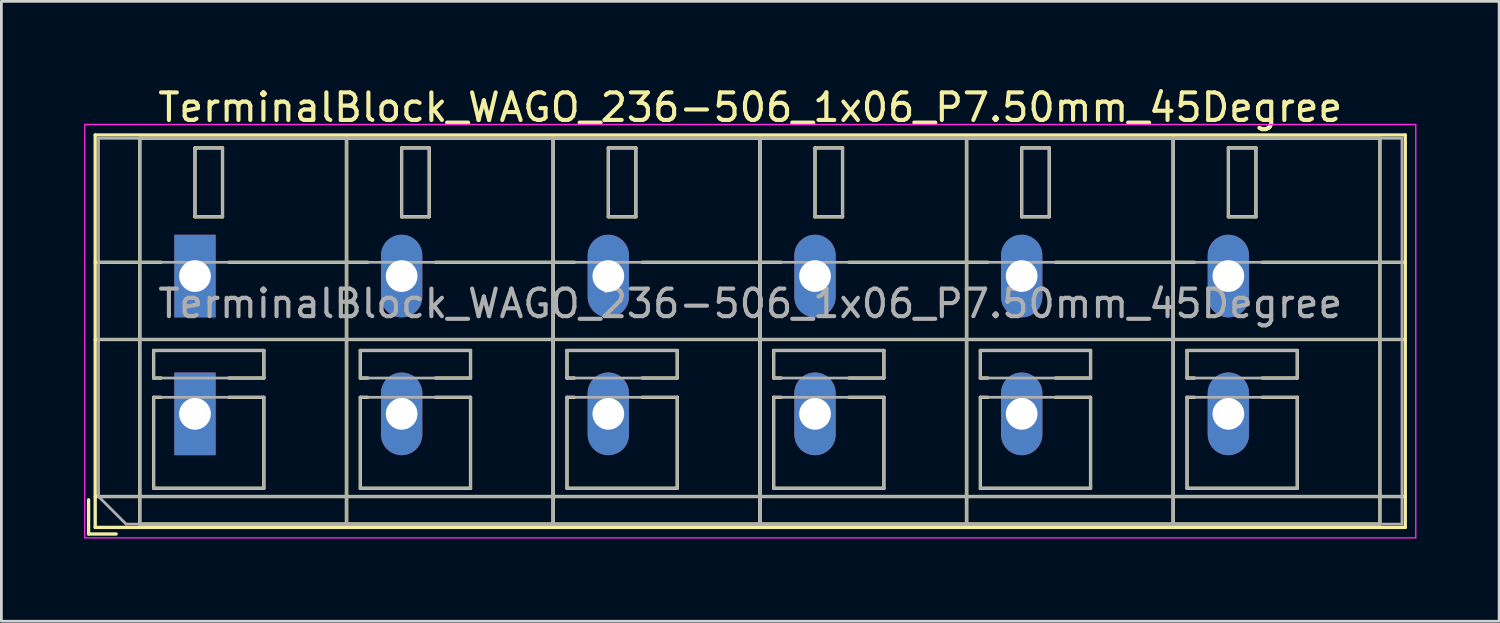
<source format=kicad_pcb>
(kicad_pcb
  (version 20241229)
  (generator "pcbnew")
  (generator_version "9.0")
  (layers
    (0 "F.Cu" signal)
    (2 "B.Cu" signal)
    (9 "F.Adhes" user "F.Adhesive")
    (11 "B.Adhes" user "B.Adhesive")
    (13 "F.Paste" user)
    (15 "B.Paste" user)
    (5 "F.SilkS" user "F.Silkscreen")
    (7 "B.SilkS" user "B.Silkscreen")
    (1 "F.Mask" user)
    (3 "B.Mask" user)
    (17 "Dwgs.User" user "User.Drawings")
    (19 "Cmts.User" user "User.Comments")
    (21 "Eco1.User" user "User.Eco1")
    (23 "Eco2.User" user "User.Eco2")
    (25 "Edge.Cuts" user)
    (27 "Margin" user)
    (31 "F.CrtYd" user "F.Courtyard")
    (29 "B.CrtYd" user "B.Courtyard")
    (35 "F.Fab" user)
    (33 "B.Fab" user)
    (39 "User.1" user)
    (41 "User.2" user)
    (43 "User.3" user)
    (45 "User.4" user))
  (footprint "TerminalBlock_WAGO_236-506_1x06_P7.50mm_45Degree"
    (layer "F.Cu")
    (at 4.025 6.968)
    (property "Reference" "TerminalBlock_WAGO_236-506_1x06_P7.50mm_45Degree" (at 20.15 -6.12 0) (layer "F.SilkS") (effects (font (size 1 1) (thickness 0.15))))
    (attr through_hole)
    (fp_line (start -3.86 8.12) (end -3.86 9.36) (stroke (width 0.12) (type solid)) (layer "F.SilkS"))
    (fp_line (start -3.86 9.36) (end -2.86 9.36) (stroke (width 0.12) (type solid)) (layer "F.SilkS"))
    (fp_line (start -3.62 -5.12) (end -3.62 9.12) (stroke (width 0.12) (type solid)) (layer "F.SilkS"))
    (fp_line (start -3.62 -5.12) (end 43.92 -5.12) (stroke (width 0.12) (type solid)) (layer "F.SilkS"))
    (fp_line (start -3.62 -0.5) (end -1.23 -0.5) (stroke (width 0.12) (type solid)) (layer "F.SilkS"))
    (fp_line (start -3.62 2.3) (end 43.92 2.3) (stroke (width 0.12) (type solid)) (layer "F.SilkS"))
    (fp_line (start -3.62 8) (end 43.92 8) (stroke (width 0.12) (type solid)) (layer "F.SilkS"))
    (fp_line (start -3.62 9.12) (end 43.92 9.12) (stroke (width 0.12) (type solid)) (layer "F.SilkS"))
    (fp_line (start -2 -5) (end -2 9) (stroke (width 0.12) (type solid)) (layer "F.SilkS"))
    (fp_line (start -2 -5) (end 5.5 -5) (stroke (width 0.12) (type solid)) (layer "F.SilkS"))
    (fp_line (start -2 9) (end 5.5 9) (stroke (width 0.12) (type solid)) (layer "F.SilkS"))
    (fp_line (start -1.5 2.7) (end -1.5 3.7) (stroke (width 0.12) (type solid)) (layer "F.SilkS"))
    (fp_line (start -1.5 2.7) (end 2.5 2.7) (stroke (width 0.12) (type solid)) (layer "F.SilkS"))
    (fp_line (start -1.5 3.7) (end -1.23 3.7) (stroke (width 0.12) (type solid)) (layer "F.SilkS"))
    (fp_line (start -1.5 4.4) (end -1.5 7.7) (stroke (width 0.12) (type solid)) (layer "F.SilkS"))
    (fp_line (start -1.5 4.4) (end -1.23 4.4) (stroke (width 0.12) (type solid)) (layer "F.SilkS"))
    (fp_line (start -1.5 7.7) (end 2.5 7.7) (stroke (width 0.12) (type solid)) (layer "F.SilkS"))
    (fp_line (start 0 -4.65) (end 0 -2.151) (stroke (width 0.12) (type solid)) (layer "F.SilkS"))
    (fp_line (start 0 -4.65) (end 1 -4.65) (stroke (width 0.12) (type solid)) (layer "F.SilkS"))
    (fp_line (start 0 -2.151) (end 1 -2.151) (stroke (width 0.12) (type solid)) (layer "F.SilkS"))
    (fp_line (start 1 -4.65) (end 1 -2.151) (stroke (width 0.12) (type solid)) (layer "F.SilkS"))
    (fp_line (start 1.23 -0.5) (end 6.27 -0.5) (stroke (width 0.12) (type solid)) (layer "F.SilkS"))
    (fp_line (start 1.23 3.7) (end 2.5 3.7) (stroke (width 0.12) (type solid)) (layer "F.SilkS"))
    (fp_line (start 1.23 4.4) (end 2.5 4.4) (stroke (width 0.12) (type solid)) (layer "F.SilkS"))
    (fp_line (start 2.5 2.7) (end 2.5 3.7) (stroke (width 0.12) (type solid)) (layer "F.SilkS"))
    (fp_line (start 2.5 4.4) (end 2.5 7.7) (stroke (width 0.12) (type solid)) (layer "F.SilkS"))
    (fp_line (start 5.5 -5) (end 5.5 9) (stroke (width 0.12) (type solid)) (layer "F.SilkS"))
    (fp_line (start 5.5 -5) (end 5.5 9) (stroke (width 0.12) (type solid)) (layer "F.SilkS"))
    (fp_line (start 5.5 -5) (end 13 -5) (stroke (width 0.12) (type solid)) (layer "F.SilkS"))
    (fp_line (start 5.5 9) (end 13 9) (stroke (width 0.12) (type solid)) (layer "F.SilkS"))
    (fp_line (start 6 2.7) (end 6 3.7) (stroke (width 0.12) (type solid)) (layer "F.SilkS"))
    (fp_line (start 6 2.7) (end 10 2.7) (stroke (width 0.12) (type solid)) (layer "F.SilkS"))
    (fp_line (start 6 3.7) (end 6.27 3.7) (stroke (width 0.12) (type solid)) (layer "F.SilkS"))
    (fp_line (start 6 4.4) (end 6 7.7) (stroke (width 0.12) (type solid)) (layer "F.SilkS"))
    (fp_line (start 6 4.4) (end 6.27 4.4) (stroke (width 0.12) (type solid)) (layer "F.SilkS"))
    (fp_line (start 6 7.7) (end 10 7.7) (stroke (width 0.12) (type solid)) (layer "F.SilkS"))
    (fp_line (start 7.5 -4.65) (end 7.5 -2.151) (stroke (width 0.12) (type solid)) (layer "F.SilkS"))
    (fp_line (start 7.5 -4.65) (end 8.5 -4.65) (stroke (width 0.12) (type solid)) (layer "F.SilkS"))
    (fp_line (start 7.5 -2.151) (end 8.5 -2.151) (stroke (width 0.12) (type solid)) (layer "F.SilkS"))
    (fp_line (start 8.5 -4.65) (end 8.5 -2.151) (stroke (width 0.12) (type solid)) (layer "F.SilkS"))
    (fp_line (start 8.73 -0.5) (end 13.77 -0.5) (stroke (width 0.12) (type solid)) (layer "F.SilkS"))
    (fp_line (start 8.73 3.7) (end 10 3.7) (stroke (width 0.12) (type solid)) (layer "F.SilkS"))
    (fp_line (start 8.73 4.4) (end 10 4.4) (stroke (width 0.12) (type solid)) (layer "F.SilkS"))
    (fp_line (start 10 2.7) (end 10 3.7) (stroke (width 0.12) (type solid)) (layer "F.SilkS"))
    (fp_line (start 10 4.4) (end 10 7.7) (stroke (width 0.12) (type solid)) (layer "F.SilkS"))
    (fp_line (start 13 -5) (end 13 9) (stroke (width 0.12) (type solid)) (layer "F.SilkS"))
    (fp_line (start 13 -5) (end 13 9) (stroke (width 0.12) (type solid)) (layer "F.SilkS"))
    (fp_line (start 13 -5) (end 20.5 -5) (stroke (width 0.12) (type solid)) (layer "F.SilkS"))
    (fp_line (start 13 9) (end 20.5 9) (stroke (width 0.12) (type solid)) (layer "F.SilkS"))
    (fp_line (start 13.5 2.7) (end 13.5 3.7) (stroke (width 0.12) (type solid)) (layer "F.SilkS"))
    (fp_line (start 13.5 2.7) (end 17.5 2.7) (stroke (width 0.12) (type solid)) (layer "F.SilkS"))
    (fp_line (start 13.5 3.7) (end 13.77 3.7) (stroke (width 0.12) (type solid)) (layer "F.SilkS"))
    (fp_line (start 13.5 4.4) (end 13.5 7.7) (stroke (width 0.12) (type solid)) (layer "F.SilkS"))
    (fp_line (start 13.5 4.4) (end 13.77 4.4) (stroke (width 0.12) (type solid)) (layer "F.SilkS"))
    (fp_line (start 13.5 7.7) (end 17.5 7.7) (stroke (width 0.12) (type solid)) (layer "F.SilkS"))
    (fp_line (start 15 -4.65) (end 15 -2.151) (stroke (width 0.12) (type solid)) (layer "F.SilkS"))
    (fp_line (start 15 -4.65) (end 16 -4.65) (stroke (width 0.12) (type solid)) (layer "F.SilkS"))
    (fp_line (start 15 -2.151) (end 16 -2.151) (stroke (width 0.12) (type solid)) (layer "F.SilkS"))
    (fp_line (start 16 -4.65) (end 16 -2.151) (stroke (width 0.12) (type solid)) (layer "F.SilkS"))
    (fp_line (start 16.23 -0.5) (end 21.27 -0.5) (stroke (width 0.12) (type solid)) (layer "F.SilkS"))
    (fp_line (start 16.23 3.7) (end 17.5 3.7) (stroke (width 0.12) (type solid)) (layer "F.SilkS"))
    (fp_line (start 16.23 4.4) (end 17.5 4.4) (stroke (width 0.12) (type solid)) (layer "F.SilkS"))
    (fp_line (start 17.5 2.7) (end 17.5 3.7) (stroke (width 0.12) (type solid)) (layer "F.SilkS"))
    (fp_line (start 17.5 4.4) (end 17.5 7.7) (stroke (width 0.12) (type solid)) (layer "F.SilkS"))
    (fp_line (start 20.5 -5) (end 20.5 9) (stroke (width 0.12) (type solid)) (layer "F.SilkS"))
    (fp_line (start 20.5 -5) (end 20.5 9) (stroke (width 0.12) (type solid)) (layer "F.SilkS"))
    (fp_line (start 20.5 -5) (end 28 -5) (stroke (width 0.12) (type solid)) (layer "F.SilkS"))
    (fp_line (start 20.5 9) (end 28 9) (stroke (width 0.12) (type solid)) (layer "F.SilkS"))
    (fp_line (start 21 2.7) (end 21 3.7) (stroke (width 0.12) (type solid)) (layer "F.SilkS"))
    (fp_line (start 21 2.7) (end 25 2.7) (stroke (width 0.12) (type solid)) (layer "F.SilkS"))
    (fp_line (start 21 3.7) (end 21.27 3.7) (stroke (width 0.12) (type solid)) (layer "F.SilkS"))
    (fp_line (start 21 4.4) (end 21 7.7) (stroke (width 0.12) (type solid)) (layer "F.SilkS"))
    (fp_line (start 21 4.4) (end 21.27 4.4) (stroke (width 0.12) (type solid)) (layer "F.SilkS"))
    (fp_line (start 21 7.7) (end 25 7.7) (stroke (width 0.12) (type solid)) (layer "F.SilkS"))
    (fp_line (start 22.5 -4.65) (end 22.5 -2.151) (stroke (width 0.12) (type solid)) (layer "F.SilkS"))
    (fp_line (start 22.5 -4.65) (end 23.5 -4.65) (stroke (width 0.12) (type solid)) (layer "F.SilkS"))
    (fp_line (start 22.5 -2.151) (end 23.5 -2.151) (stroke (width 0.12) (type solid)) (layer "F.SilkS"))
    (fp_line (start 23.5 -4.65) (end 23.5 -2.151) (stroke (width 0.12) (type solid)) (layer "F.SilkS"))
    (fp_line (start 23.73 -0.5) (end 28.77 -0.5) (stroke (width 0.12) (type solid)) (layer "F.SilkS"))
    (fp_line (start 23.73 3.7) (end 25 3.7) (stroke (width 0.12) (type solid)) (layer "F.SilkS"))
    (fp_line (start 23.73 4.4) (end 25 4.4) (stroke (width 0.12) (type solid)) (layer "F.SilkS"))
    (fp_line (start 25 2.7) (end 25 3.7) (stroke (width 0.12) (type solid)) (layer "F.SilkS"))
    (fp_line (start 25 4.4) (end 25 7.7) (stroke (width 0.12) (type solid)) (layer "F.SilkS"))
    (fp_line (start 28 -5) (end 28 9) (stroke (width 0.12) (type solid)) (layer "F.SilkS"))
    (fp_line (start 28 -5) (end 28 9) (stroke (width 0.12) (type solid)) (layer "F.SilkS"))
    (fp_line (start 28 -5) (end 35.5 -5) (stroke (width 0.12) (type solid)) (layer "F.SilkS"))
    (fp_line (start 28 9) (end 35.5 9) (stroke (width 0.12) (type solid)) (layer "F.SilkS"))
    (fp_line (start 28.5 2.7) (end 28.5 3.7) (stroke (width 0.12) (type solid)) (layer "F.SilkS"))
    (fp_line (start 28.5 2.7) (end 32.5 2.7) (stroke (width 0.12) (type solid)) (layer "F.SilkS"))
    (fp_line (start 28.5 3.7) (end 28.77 3.7) (stroke (width 0.12) (type solid)) (layer "F.SilkS"))
    (fp_line (start 28.5 4.4) (end 28.5 7.7) (stroke (width 0.12) (type solid)) (layer "F.SilkS"))
    (fp_line (start 28.5 4.4) (end 28.77 4.4) (stroke (width 0.12) (type solid)) (layer "F.SilkS"))
    (fp_line (start 28.5 7.7) (end 32.5 7.7) (stroke (width 0.12) (type solid)) (layer "F.SilkS"))
    (fp_line (start 30 -4.65) (end 30 -2.151) (stroke (width 0.12) (type solid)) (layer "F.SilkS"))
    (fp_line (start 30 -4.65) (end 31 -4.65) (stroke (width 0.12) (type solid)) (layer "F.SilkS"))
    (fp_line (start 30 -2.151) (end 31 -2.151) (stroke (width 0.12) (type solid)) (layer "F.SilkS"))
    (fp_line (start 31 -4.65) (end 31 -2.151) (stroke (width 0.12) (type solid)) (layer "F.SilkS"))
    (fp_line (start 31.23 -0.5) (end 36.27 -0.5) (stroke (width 0.12) (type solid)) (layer "F.SilkS"))
    (fp_line (start 31.23 3.7) (end 32.5 3.7) (stroke (width 0.12) (type solid)) (layer "F.SilkS"))
    (fp_line (start 31.23 4.4) (end 32.5 4.4) (stroke (width 0.12) (type solid)) (layer "F.SilkS"))
    (fp_line (start 32.5 2.7) (end 32.5 3.7) (stroke (width 0.12) (type solid)) (layer "F.SilkS"))
    (fp_line (start 32.5 4.4) (end 32.5 7.7) (stroke (width 0.12) (type solid)) (layer "F.SilkS"))
    (fp_line (start 35.5 -5) (end 35.5 9) (stroke (width 0.12) (type solid)) (layer "F.SilkS"))
    (fp_line (start 35.5 -5) (end 35.5 9) (stroke (width 0.12) (type solid)) (layer "F.SilkS"))
    (fp_line (start 35.5 -5) (end 43 -5) (stroke (width 0.12) (type solid)) (layer "F.SilkS"))
    (fp_line (start 35.5 9) (end 43 9) (stroke (width 0.12) (type solid)) (layer "F.SilkS"))
    (fp_line (start 36 2.7) (end 36 3.7) (stroke (width 0.12) (type solid)) (layer "F.SilkS"))
    (fp_line (start 36 2.7) (end 40 2.7) (stroke (width 0.12) (type solid)) (layer "F.SilkS"))
    (fp_line (start 36 3.7) (end 36.27 3.7) (stroke (width 0.12) (type solid)) (layer "F.SilkS"))
    (fp_line (start 36 4.4) (end 36 7.7) (stroke (width 0.12) (type solid)) (layer "F.SilkS"))
    (fp_line (start 36 4.4) (end 36.27 4.4) (stroke (width 0.12) (type solid)) (layer "F.SilkS"))
    (fp_line (start 36 7.7) (end 40 7.7) (stroke (width 0.12) (type solid)) (layer "F.SilkS"))
    (fp_line (start 37.5 -4.65) (end 37.5 -2.151) (stroke (width 0.12) (type solid)) (layer "F.SilkS"))
    (fp_line (start 37.5 -4.65) (end 38.5 -4.65) (stroke (width 0.12) (type solid)) (layer "F.SilkS"))
    (fp_line (start 37.5 -2.151) (end 38.5 -2.151) (stroke (width 0.12) (type solid)) (layer "F.SilkS"))
    (fp_line (start 38.5 -4.65) (end 38.5 -2.151) (stroke (width 0.12) (type solid)) (layer "F.SilkS"))
    (fp_line (start 38.73 -0.5) (end 43.92 -0.5) (stroke (width 0.12) (type solid)) (layer "F.SilkS"))
    (fp_line (start 38.73 3.7) (end 40 3.7) (stroke (width 0.12) (type solid)) (layer "F.SilkS"))
    (fp_line (start 38.73 4.4) (end 40 4.4) (stroke (width 0.12) (type solid)) (layer "F.SilkS"))
    (fp_line (start 40 2.7) (end 40 3.7) (stroke (width 0.12) (type solid)) (layer "F.SilkS"))
    (fp_line (start 40 4.4) (end 40 7.7) (stroke (width 0.12) (type solid)) (layer "F.SilkS"))
    (fp_line (start 43 -5) (end 43 9) (stroke (width 0.12) (type solid)) (layer "F.SilkS"))
    (fp_line (start 43.92 -5.12) (end 43.92 9.12) (stroke (width 0.12) (type solid)) (layer "F.SilkS"))
    (fp_line (start -4 -5.5) (end -4 9.5) (stroke (width 0.05) (type solid)) (layer "F.CrtYd"))
    (fp_line (start -4 9.5) (end 44.3 9.5) (stroke (width 0.05) (type solid)) (layer "F.CrtYd"))
    (fp_line (start 44.3 -5.5) (end -4 -5.5) (stroke (width 0.05) (type solid)) (layer "F.CrtYd"))
    (fp_line (start 44.3 9.5) (end 44.3 -5.5) (stroke (width 0.05) (type solid)) (layer "F.CrtYd"))
    (fp_line (start -3.5 -5) (end 43.8 -5) (stroke (width 0.1) (type solid)) (layer "F.Fab"))
    (fp_line (start -3.5 -0.5) (end 43.8 -0.5) (stroke (width 0.1) (type solid)) (layer "F.Fab"))
    (fp_line (start -3.5 2.3) (end 43.8 2.3) (stroke (width 0.1) (type solid)) (layer "F.Fab"))
    (fp_line (start -3.5 8) (end -3.5 -5) (stroke (width 0.1) (type solid)) (layer "F.Fab"))
    (fp_line (start -3.5 8) (end 43.8 8) (stroke (width 0.1) (type solid)) (layer "F.Fab"))
    (fp_line (start -2.5 9) (end -3.5 8) (stroke (width 0.1) (type solid)) (layer "F.Fab"))
    (fp_line (start -2 -5) (end -2 9) (stroke (width 0.1) (type solid)) (layer "F.Fab"))
    (fp_line (start -2 9) (end 5.5 9) (stroke (width 0.1) (type solid)) (layer "F.Fab"))
    (fp_line (start -1.5 2.7) (end -1.5 3.7) (stroke (width 0.1) (type solid)) (layer "F.Fab"))
    (fp_line (start -1.5 3.7) (end 2.5 3.7) (stroke (width 0.1) (type solid)) (layer "F.Fab"))
    (fp_line (start -1.5 4.4) (end -1.5 7.7) (stroke (width 0.1) (type solid)) (layer "F.Fab"))
    (fp_line (start -1.5 7.7) (end 2.5 7.7) (stroke (width 0.1) (type solid)) (layer "F.Fab"))
    (fp_line (start 0 -4.65) (end 0 -2.15) (stroke (width 0.1) (type solid)) (layer "F.Fab"))
    (fp_line (start 0 -2.15) (end 1 -2.15) (stroke (width 0.1) (type solid)) (layer "F.Fab"))
    (fp_line (start 1 -4.65) (end 0 -4.65) (stroke (width 0.1) (type solid)) (layer "F.Fab"))
    (fp_line (start 1 -2.15) (end 1 -4.65) (stroke (width 0.1) (type solid)) (layer "F.Fab"))
    (fp_line (start 2.5 2.7) (end -1.5 2.7) (stroke (width 0.1) (type solid)) (layer "F.Fab"))
    (fp_line (start 2.5 3.7) (end 2.5 2.7) (stroke (width 0.1) (type solid)) (layer "F.Fab"))
    (fp_line (start 2.5 4.4) (end -1.5 4.4) (stroke (width 0.1) (type solid)) (layer "F.Fab"))
    (fp_line (start 2.5 7.7) (end 2.5 4.4) (stroke (width 0.1) (type solid)) (layer "F.Fab"))
    (fp_line (start 5.5 -5) (end -2 -5) (stroke (width 0.1) (type solid)) (layer "F.Fab"))
    (fp_line (start 5.5 -5) (end 5.5 9) (stroke (width 0.1) (type solid)) (layer "F.Fab"))
    (fp_line (start 5.5 9) (end 5.5 -5) (stroke (width 0.1) (type solid)) (layer "F.Fab"))
    (fp_line (start 5.5 9) (end 13 9) (stroke (width 0.1) (type solid)) (layer "F.Fab"))
    (fp_line (start 6 2.7) (end 6 3.7) (stroke (width 0.1) (type solid)) (layer "F.Fab"))
    (fp_line (start 6 3.7) (end 10 3.7) (stroke (width 0.1) (type solid)) (layer "F.Fab"))
    (fp_line (start 6 4.4) (end 6 7.7) (stroke (width 0.1) (type solid)) (layer "F.Fab"))
    (fp_line (start 6 7.7) (end 10 7.7) (stroke (width 0.1) (type solid)) (layer "F.Fab"))
    (fp_line (start 7.5 -4.65) (end 7.5 -2.15) (stroke (width 0.1) (type solid)) (layer "F.Fab"))
    (fp_line (start 7.5 -2.15) (end 8.5 -2.15) (stroke (width 0.1) (type solid)) (layer "F.Fab"))
    (fp_line (start 8.5 -4.65) (end 7.5 -4.65) (stroke (width 0.1) (type solid)) (layer "F.Fab"))
    (fp_line (start 8.5 -2.15) (end 8.5 -4.65) (stroke (width 0.1) (type solid)) (layer "F.Fab"))
    (fp_line (start 10 2.7) (end 6 2.7) (stroke (width 0.1) (type solid)) (layer "F.Fab"))
    (fp_line (start 10 3.7) (end 10 2.7) (stroke (width 0.1) (type solid)) (layer "F.Fab"))
    (fp_line (start 10 4.4) (end 6 4.4) (stroke (width 0.1) (type solid)) (layer "F.Fab"))
    (fp_line (start 10 7.7) (end 10 4.4) (stroke (width 0.1) (type solid)) (layer "F.Fab"))
    (fp_line (start 13 -5) (end 5.5 -5) (stroke (width 0.1) (type solid)) (layer "F.Fab"))
    (fp_line (start 13 -5) (end 13 9) (stroke (width 0.1) (type solid)) (layer "F.Fab"))
    (fp_line (start 13 9) (end 13 -5) (stroke (width 0.1) (type solid)) (layer "F.Fab"))
    (fp_line (start 13 9) (end 20.5 9) (stroke (width 0.1) (type solid)) (layer "F.Fab"))
    (fp_line (start 13.5 2.7) (end 13.5 3.7) (stroke (width 0.1) (type solid)) (layer "F.Fab"))
    (fp_line (start 13.5 3.7) (end 17.5 3.7) (stroke (width 0.1) (type solid)) (layer "F.Fab"))
    (fp_line (start 13.5 4.4) (end 13.5 7.7) (stroke (width 0.1) (type solid)) (layer "F.Fab"))
    (fp_line (start 13.5 7.7) (end 17.5 7.7) (stroke (width 0.1) (type solid)) (layer "F.Fab"))
    (fp_line (start 15 -4.65) (end 15 -2.15) (stroke (width 0.1) (type solid)) (layer "F.Fab"))
    (fp_line (start 15 -2.15) (end 16 -2.15) (stroke (width 0.1) (type solid)) (layer "F.Fab"))
    (fp_line (start 16 -4.65) (end 15 -4.65) (stroke (width 0.1) (type solid)) (layer "F.Fab"))
    (fp_line (start 16 -2.15) (end 16 -4.65) (stroke (width 0.1) (type solid)) (layer "F.Fab"))
    (fp_line (start 17.5 2.7) (end 13.5 2.7) (stroke (width 0.1) (type solid)) (layer "F.Fab"))
    (fp_line (start 17.5 3.7) (end 17.5 2.7) (stroke (width 0.1) (type solid)) (layer "F.Fab"))
    (fp_line (start 17.5 4.4) (end 13.5 4.4) (stroke (width 0.1) (type solid)) (layer "F.Fab"))
    (fp_line (start 17.5 7.7) (end 17.5 4.4) (stroke (width 0.1) (type solid)) (layer "F.Fab"))
    (fp_line (start 20.5 -5) (end 13 -5) (stroke (width 0.1) (type solid)) (layer "F.Fab"))
    (fp_line (start 20.5 -5) (end 20.5 9) (stroke (width 0.1) (type solid)) (layer "F.Fab"))
    (fp_line (start 20.5 9) (end 20.5 -5) (stroke (width 0.1) (type solid)) (layer "F.Fab"))
    (fp_line (start 20.5 9) (end 28 9) (stroke (width 0.1) (type solid)) (layer "F.Fab"))
    (fp_line (start 21 2.7) (end 21 3.7) (stroke (width 0.1) (type solid)) (layer "F.Fab"))
    (fp_line (start 21 3.7) (end 25 3.7) (stroke (width 0.1) (type solid)) (layer "F.Fab"))
    (fp_line (start 21 4.4) (end 21 7.7) (stroke (width 0.1) (type solid)) (layer "F.Fab"))
    (fp_line (start 21 7.7) (end 25 7.7) (stroke (width 0.1) (type solid)) (layer "F.Fab"))
    (fp_line (start 22.5 -4.65) (end 22.5 -2.15) (stroke (width 0.1) (type solid)) (layer "F.Fab"))
    (fp_line (start 22.5 -2.15) (end 23.5 -2.15) (stroke (width 0.1) (type solid)) (layer "F.Fab"))
    (fp_line (start 23.5 -4.65) (end 22.5 -4.65) (stroke (width 0.1) (type solid)) (layer "F.Fab"))
    (fp_line (start 23.5 -2.15) (end 23.5 -4.65) (stroke (width 0.1) (type solid)) (layer "F.Fab"))
    (fp_line (start 25 2.7) (end 21 2.7) (stroke (width 0.1) (type solid)) (layer "F.Fab"))
    (fp_line (start 25 3.7) (end 25 2.7) (stroke (width 0.1) (type solid)) (layer "F.Fab"))
    (fp_line (start 25 4.4) (end 21 4.4) (stroke (width 0.1) (type solid)) (layer "F.Fab"))
    (fp_line (start 25 7.7) (end 25 4.4) (stroke (width 0.1) (type solid)) (layer "F.Fab"))
    (fp_line (start 28 -5) (end 20.5 -5) (stroke (width 0.1) (type solid)) (layer "F.Fab"))
    (fp_line (start 28 -5) (end 28 9) (stroke (width 0.1) (type solid)) (layer "F.Fab"))
    (fp_line (start 28 9) (end 28 -5) (stroke (width 0.1) (type solid)) (layer "F.Fab"))
    (fp_line (start 28 9) (end 35.5 9) (stroke (width 0.1) (type solid)) (layer "F.Fab"))
    (fp_line (start 28.5 2.7) (end 28.5 3.7) (stroke (width 0.1) (type solid)) (layer "F.Fab"))
    (fp_line (start 28.5 3.7) (end 32.5 3.7) (stroke (width 0.1) (type solid)) (layer "F.Fab"))
    (fp_line (start 28.5 4.4) (end 28.5 7.7) (stroke (width 0.1) (type solid)) (layer "F.Fab"))
    (fp_line (start 28.5 7.7) (end 32.5 7.7) (stroke (width 0.1) (type solid)) (layer "F.Fab"))
    (fp_line (start 30 -4.65) (end 30 -2.15) (stroke (width 0.1) (type solid)) (layer "F.Fab"))
    (fp_line (start 30 -2.15) (end 31 -2.15) (stroke (width 0.1) (type solid)) (layer "F.Fab"))
    (fp_line (start 31 -4.65) (end 30 -4.65) (stroke (width 0.1) (type solid)) (layer "F.Fab"))
    (fp_line (start 31 -2.15) (end 31 -4.65) (stroke (width 0.1) (type solid)) (layer "F.Fab"))
    (fp_line (start 32.5 2.7) (end 28.5 2.7) (stroke (width 0.1) (type solid)) (layer "F.Fab"))
    (fp_line (start 32.5 3.7) (end 32.5 2.7) (stroke (width 0.1) (type solid)) (layer "F.Fab"))
    (fp_line (start 32.5 4.4) (end 28.5 4.4) (stroke (width 0.1) (type solid)) (layer "F.Fab"))
    (fp_line (start 32.5 7.7) (end 32.5 4.4) (stroke (width 0.1) (type solid)) (layer "F.Fab"))
    (fp_line (start 35.5 -5) (end 28 -5) (stroke (width 0.1) (type solid)) (layer "F.Fab"))
    (fp_line (start 35.5 -5) (end 35.5 9) (stroke (width 0.1) (type solid)) (layer "F.Fab"))
    (fp_line (start 35.5 9) (end 35.5 -5) (stroke (width 0.1) (type solid)) (layer "F.Fab"))
    (fp_line (start 35.5 9) (end 43 9) (stroke (width 0.1) (type solid)) (layer "F.Fab"))
    (fp_line (start 36 2.7) (end 36 3.7) (stroke (width 0.1) (type solid)) (layer "F.Fab"))
    (fp_line (start 36 3.7) (end 40 3.7) (stroke (width 0.1) (type solid)) (layer "F.Fab"))
    (fp_line (start 36 4.4) (end 36 7.7) (stroke (width 0.1) (type solid)) (layer "F.Fab"))
    (fp_line (start 36 7.7) (end 40 7.7) (stroke (width 0.1) (type solid)) (layer "F.Fab"))
    (fp_line (start 37.5 -4.65) (end 37.5 -2.15) (stroke (width 0.1) (type solid)) (layer "F.Fab"))
    (fp_line (start 37.5 -2.15) (end 38.5 -2.15) (stroke (width 0.1) (type solid)) (layer "F.Fab"))
    (fp_line (start 38.5 -4.65) (end 37.5 -4.65) (stroke (width 0.1) (type solid)) (layer "F.Fab"))
    (fp_line (start 38.5 -2.15) (end 38.5 -4.65) (stroke (width 0.1) (type solid)) (layer "F.Fab"))
    (fp_line (start 40 2.7) (end 36 2.7) (stroke (width 0.1) (type solid)) (layer "F.Fab"))
    (fp_line (start 40 3.7) (end 40 2.7) (stroke (width 0.1) (type solid)) (layer "F.Fab"))
    (fp_line (start 40 4.4) (end 36 4.4) (stroke (width 0.1) (type solid)) (layer "F.Fab"))
    (fp_line (start 40 7.7) (end 40 4.4) (stroke (width 0.1) (type solid)) (layer "F.Fab"))
    (fp_line (start 43 -5) (end 35.5 -5) (stroke (width 0.1) (type solid)) (layer "F.Fab"))
    (fp_line (start 43 9) (end 43 -5) (stroke (width 0.1) (type solid)) (layer "F.Fab"))
    (fp_line (start 43.8 -5) (end 43.8 9) (stroke (width 0.1) (type solid)) (layer "F.Fab"))
    (fp_line (start 43.8 9) (end -2.5 9) (stroke (width 0.1) (type solid)) (layer "F.Fab"))
    (fp_text user "${REFERENCE}" (at 20.15 1 0) (layer "F.Fab") (effects (font (size 1 1) (thickness 0.15))))
    (pad "1" thru_hole rect (at 0 0) (size 1.5 3) (drill 1.15) (layers "*.Cu" "*.Mask"))
    (pad "1" thru_hole rect (at 0 5) (size 1.5 3) (drill 1.15) (layers "*.Cu" "*.Mask"))
    (pad "2" thru_hole oval (at 7.5 0) (size 1.5 3) (drill 1.15) (layers "*.Cu" "*.Mask"))
    (pad "2" thru_hole oval (at 7.5 5) (size 1.5 3) (drill 1.15) (layers "*.Cu" "*.Mask"))
    (pad "3" thru_hole oval (at 15 0) (size 1.5 3) (drill 1.15) (layers "*.Cu" "*.Mask"))
    (pad "3" thru_hole oval (at 15 5) (size 1.5 3) (drill 1.15) (layers "*.Cu" "*.Mask"))
    (pad "4" thru_hole oval (at 22.5 0) (size 1.5 3) (drill 1.15) (layers "*.Cu" "*.Mask"))
    (pad "4" thru_hole oval (at 22.5 5) (size 1.5 3) (drill 1.15) (layers "*.Cu" "*.Mask"))
    (pad "5" thru_hole oval (at 30 0) (size 1.5 3) (drill 1.15) (layers "*.Cu" "*.Mask"))
    (pad "5" thru_hole oval (at 30 5) (size 1.5 3) (drill 1.15) (layers "*.Cu" "*.Mask"))
    (pad "6" thru_hole oval (at 37.5 0) (size 1.5 3) (drill 1.15) (layers "*.Cu" "*.Mask"))
    (pad "6" thru_hole oval (at 37.5 5) (size 1.5 3) (drill 1.15) (layers "*.Cu" "*.Mask")))
  (gr_rect
    (start -3 -3)
    (end 51.35 19.493)
    (stroke (width 0.1) (type default))
    (fill no)
    (layer "Edge.Cuts")))
</source>
